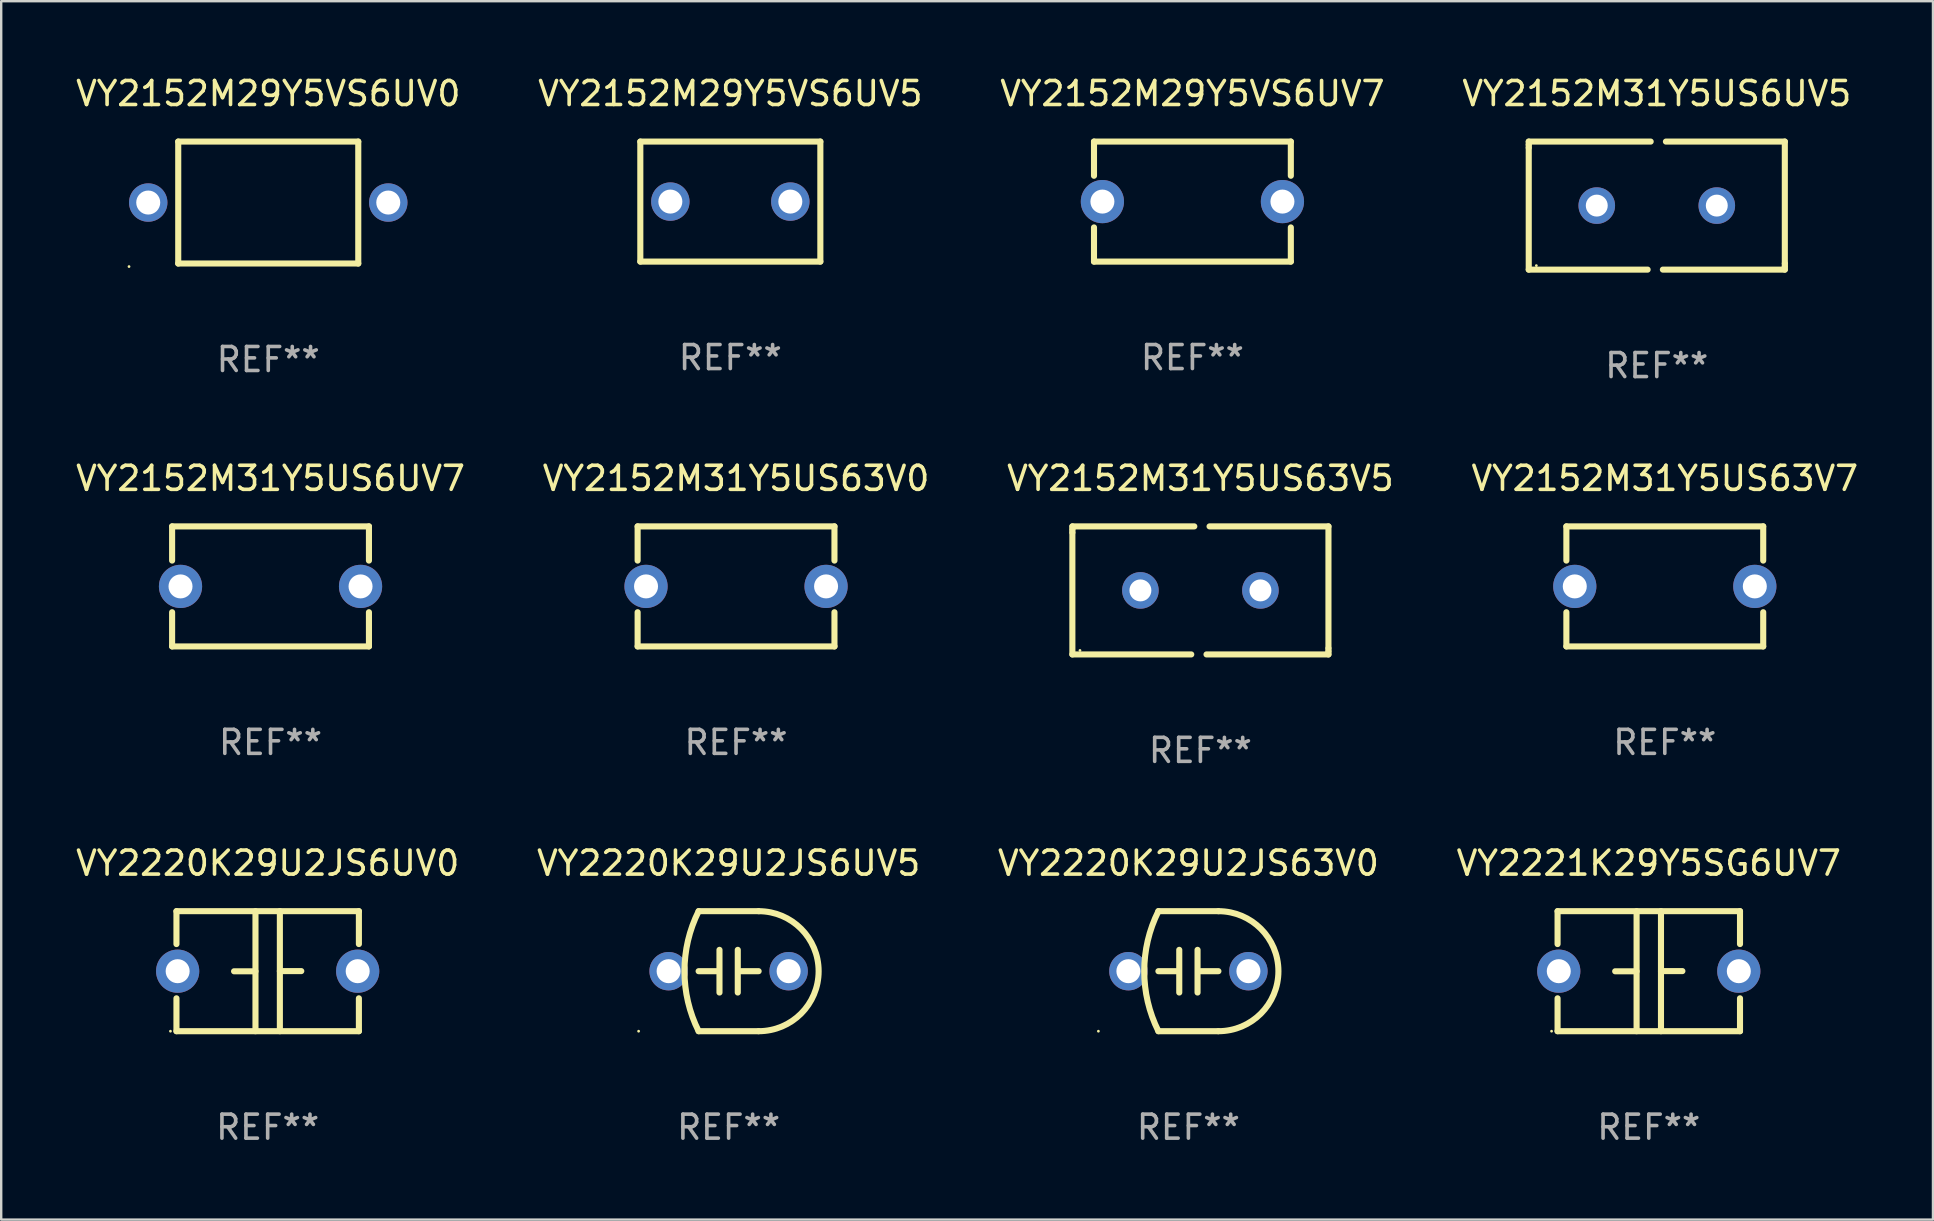
<source format=kicad_pcb>
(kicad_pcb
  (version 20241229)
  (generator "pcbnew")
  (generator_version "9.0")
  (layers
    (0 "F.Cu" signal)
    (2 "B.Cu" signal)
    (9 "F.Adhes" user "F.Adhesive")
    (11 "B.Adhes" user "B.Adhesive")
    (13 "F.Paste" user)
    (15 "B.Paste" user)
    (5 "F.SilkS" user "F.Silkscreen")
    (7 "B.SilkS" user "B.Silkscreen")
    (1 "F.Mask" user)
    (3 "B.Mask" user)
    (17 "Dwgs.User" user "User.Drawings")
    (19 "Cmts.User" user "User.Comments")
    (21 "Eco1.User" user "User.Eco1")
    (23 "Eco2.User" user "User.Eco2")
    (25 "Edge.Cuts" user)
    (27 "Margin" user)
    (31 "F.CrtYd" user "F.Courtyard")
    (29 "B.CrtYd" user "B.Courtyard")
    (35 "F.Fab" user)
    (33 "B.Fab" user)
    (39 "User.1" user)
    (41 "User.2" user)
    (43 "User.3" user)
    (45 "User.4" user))
  (footprint "VY2152M31Y5US63V0"
    (layer "F.Cu")
    (at 27.613 21.379)
    (property "Reference" "VY2152M31Y5US63V0" (at 0 -4.5 0) (layer "F.SilkS") (effects (font (size 1 1) (thickness 0.15))))
    (attr through_hole)
    (fp_line (start -4.1 -2.5) (end -4.1 -1.076) (stroke (width 0.254) (type solid)) (layer "F.SilkS"))
    (fp_line (start -4.1 -2.5) (end 4.1 -2.5) (stroke (width 0.254) (type solid)) (layer "F.SilkS"))
    (fp_line (start -4.1 1.076) (end -4.1 2.5) (stroke (width 0.254) (type solid)) (layer "F.SilkS"))
    (fp_line (start -4.1 2.5) (end 4.1 2.5) (stroke (width 0.254) (type solid)) (layer "F.SilkS"))
    (fp_line (start 4.1 -2.5) (end 4.1 -1.076) (stroke (width 0.254) (type solid)) (layer "F.SilkS"))
    (fp_line (start 4.1 1.076) (end 4.1 2.5) (stroke (width 0.254) (type solid)) (layer "F.SilkS"))
    (fp_circle (center -4.1 2.5) (end -4.07 2.5) (stroke (width 0.06) (type solid)) (fill no) (layer "F.SilkS"))
    (fp_text user "REF**" (at 0 6.5 0) (layer "F.Fab") (effects (font (size 1 1) (thickness 0.15))))
    (pad "1" thru_hole circle (at -3.75 0) (size 1.8 1.8) (drill 1) (layers "*.Cu" "*.Mask"))
    (pad "2" thru_hole circle (at 3.75 0) (size 1.8 1.8) (drill 1) (layers "*.Cu" "*.Mask")))
  (footprint "VY2220K29U2JS6UV0"
    (layer "F.Cu")
    (at 8.101 37.409)
    (property "Reference" "VY2220K29U2JS6UV0" (at 0 -4.5 0) (layer "F.SilkS") (effects (font (size 1 1) (thickness 0.15))))
    (attr through_hole)
    (fp_line (start -3.8 -2.5) (end -3.8 -1.13) (stroke (width 0.254) (type solid)) (layer "F.SilkS"))
    (fp_line (start -3.8 -2.5) (end 3.8 -2.5) (stroke (width 0.254) (type solid)) (layer "F.SilkS"))
    (fp_line (start -3.8 1.13) (end -3.8 2.5) (stroke (width 0.254) (type solid)) (layer "F.SilkS"))
    (fp_line (start -3.8 2.5) (end 3.8 2.5) (stroke (width 0.254) (type solid)) (layer "F.SilkS"))
    (fp_line (start -0.508 0.004) (end -1.4 0.004) (stroke (width 0.254) (type solid)) (layer "F.SilkS"))
    (fp_line (start -0.508 2.5) (end -0.508 -2.5) (stroke (width 0.254) (type solid)) (layer "F.SilkS"))
    (fp_line (start 0.508 -2.5) (end 0.508 2.5) (stroke (width 0.254) (type solid)) (layer "F.SilkS"))
    (fp_line (start 0.508 -0.004) (end 1.4 -0.004) (stroke (width 0.254) (type solid)) (layer "F.SilkS"))
    (fp_line (start 3.8 -2.5) (end 3.8 -1.13) (stroke (width 0.254) (type solid)) (layer "F.SilkS"))
    (fp_line (start 3.8 1.13) (end 3.8 2.5) (stroke (width 0.254) (type solid)) (layer "F.SilkS"))
    (fp_circle (center -4.05 2.5) (end -4.02 2.5) (stroke (width 0.06) (type solid)) (fill no) (layer "F.SilkS"))
    (fp_text user "REF**" (at 0 6.5 0) (layer "F.Fab") (effects (font (size 1 1) (thickness 0.15))))
    (pad "1" thru_hole circle (at -3.75 0.000127) (size 1.8 1.8) (drill 1) (layers "*.Cu" "*.Mask"))
    (pad "2" thru_hole circle (at 3.75 0.000127) (size 1.8 1.8) (drill 1) (layers "*.Cu" "*.Mask")))
  (footprint "VY2221K29Y5SG6UV7"
    (layer "F.Cu")
    (at 65.637 37.409)
    (property "Reference" "VY2221K29Y5SG6UV7" (at 0 -4.5 0) (layer "F.SilkS") (effects (font (size 1 1) (thickness 0.15))))
    (attr through_hole)
    (fp_line (start -3.8 -2.5) (end -3.8 -1.13) (stroke (width 0.254) (type solid)) (layer "F.SilkS"))
    (fp_line (start -3.8 -2.5) (end 3.8 -2.5) (stroke (width 0.254) (type solid)) (layer "F.SilkS"))
    (fp_line (start -3.8 1.13) (end -3.8 2.5) (stroke (width 0.254) (type solid)) (layer "F.SilkS"))
    (fp_line (start -3.8 2.5) (end 3.8 2.5) (stroke (width 0.254) (type solid)) (layer "F.SilkS"))
    (fp_line (start -0.508 0.004) (end -1.4 0.004) (stroke (width 0.254) (type solid)) (layer "F.SilkS"))
    (fp_line (start -0.508 2.5) (end -0.508 -2.5) (stroke (width 0.254) (type solid)) (layer "F.SilkS"))
    (fp_line (start 0.508 -2.5) (end 0.508 2.5) (stroke (width 0.254) (type solid)) (layer "F.SilkS"))
    (fp_line (start 0.508 -0.004) (end 1.4 -0.004) (stroke (width 0.254) (type solid)) (layer "F.SilkS"))
    (fp_line (start 3.8 -2.5) (end 3.8 -1.13) (stroke (width 0.254) (type solid)) (layer "F.SilkS"))
    (fp_line (start 3.8 1.13) (end 3.8 2.5) (stroke (width 0.254) (type solid)) (layer "F.SilkS"))
    (fp_circle (center -4.05 2.5) (end -4.02 2.5) (stroke (width 0.06) (type solid)) (fill no) (layer "F.SilkS"))
    (fp_text user "REF**" (at 0 6.5 0) (layer "F.Fab") (effects (font (size 1 1) (thickness 0.15))))
    (pad "1" thru_hole circle (at -3.75 0.000127) (size 1.8 1.8) (drill 1) (layers "*.Cu" "*.Mask"))
    (pad "2" thru_hole circle (at 3.75 0.000127) (size 1.8 1.8) (drill 1) (layers "*.Cu" "*.Mask")))
  (footprint "VY2152M29Y5VS6UV5"
    (layer "F.Cu")
    (at 27.375 5.348)
    (property "Reference" "VY2152M29Y5VS6UV5" (at 0 -4.5 0) (layer "F.SilkS") (effects (font (size 1 1) (thickness 0.15))))
    (attr through_hole)
    (fp_line (start -3.75 -2.5) (end -3.75 2.5) (stroke (width 0.254) (type solid)) (layer "F.SilkS"))
    (fp_line (start -3.75 -2.5) (end 3.75 -2.5) (stroke (width 0.254) (type solid)) (layer "F.SilkS"))
    (fp_line (start -3.75 2.5) (end 3.75 2.5) (stroke (width 0.254) (type solid)) (layer "F.SilkS"))
    (fp_line (start 3.75 -2.5) (end 3.75 2.5) (stroke (width 0.254) (type solid)) (layer "F.SilkS"))
    (fp_circle (center -3.75 2.5) (end -3.72 2.5) (stroke (width 0.06) (type solid)) (fill no) (layer "F.SilkS"))
    (fp_text user "REF**" (at 0 6.5 0) (layer "F.Fab") (effects (font (size 1 1) (thickness 0.15))))
    (pad "1" thru_hole circle (at -2.499 0) (size 1.6 1.6) (drill 1) (layers "*.Cu" "*.Mask"))
    (pad "2" thru_hole circle (at 2.499 0) (size 1.6 1.6) (drill 1) (layers "*.Cu" "*.Mask")))
  (footprint "VY2152M31Y5US63V7"
    (layer "F.Cu")
    (at 66.304 21.379)
    (property "Reference" "VY2152M31Y5US63V7" (at 0 -4.5 0) (layer "F.SilkS") (effects (font (size 1 1) (thickness 0.15))))
    (attr through_hole)
    (fp_line (start -4.1 -2.5) (end -4.1 -1.076) (stroke (width 0.254) (type solid)) (layer "F.SilkS"))
    (fp_line (start -4.1 -2.5) (end 4.1 -2.5) (stroke (width 0.254) (type solid)) (layer "F.SilkS"))
    (fp_line (start -4.1 1.076) (end -4.1 2.5) (stroke (width 0.254) (type solid)) (layer "F.SilkS"))
    (fp_line (start -4.1 2.5) (end 4.1 2.5) (stroke (width 0.254) (type solid)) (layer "F.SilkS"))
    (fp_line (start 4.1 -2.5) (end 4.1 -1.076) (stroke (width 0.254) (type solid)) (layer "F.SilkS"))
    (fp_line (start 4.1 1.076) (end 4.1 2.5) (stroke (width 0.254) (type solid)) (layer "F.SilkS"))
    (fp_circle (center -4.1 2.5) (end -4.07 2.5) (stroke (width 0.06) (type solid)) (fill no) (layer "F.SilkS"))
    (fp_text user "REF**" (at 0 6.5 0) (layer "F.Fab") (effects (font (size 1 1) (thickness 0.15))))
    (pad "1" thru_hole circle (at -3.75 0.000127) (size 1.8 1.8) (drill 1) (layers "*.Cu" "*.Mask"))
    (pad "2" thru_hole circle (at 3.75 0.000127) (size 1.8 1.8) (drill 1) (layers "*.Cu" "*.Mask")))
  (footprint "VY2152M29Y5VS6UV7"
    (layer "F.Cu")
    (at 46.625 5.348)
    (property "Reference" "VY2152M29Y5VS6UV7" (at 0 -4.5 0) (layer "F.SilkS") (effects (font (size 1 1) (thickness 0.15))))
    (attr through_hole)
    (fp_line (start -4.1 -2.5) (end -4.1 -1.076) (stroke (width 0.254) (type solid)) (layer "F.SilkS"))
    (fp_line (start -4.1 -2.5) (end 4.1 -2.5) (stroke (width 0.254) (type solid)) (layer "F.SilkS"))
    (fp_line (start -4.1 1.076) (end -4.1 2.5) (stroke (width 0.254) (type solid)) (layer "F.SilkS"))
    (fp_line (start -4.1 2.5) (end 4.1 2.5) (stroke (width 0.254) (type solid)) (layer "F.SilkS"))
    (fp_line (start 4.1 -2.5) (end 4.1 -1.076) (stroke (width 0.254) (type solid)) (layer "F.SilkS"))
    (fp_line (start 4.1 1.076) (end 4.1 2.5) (stroke (width 0.254) (type solid)) (layer "F.SilkS"))
    (fp_circle (center -4.1 2.5) (end -4.07 2.5) (stroke (width 0.06) (type solid)) (fill no) (layer "F.SilkS"))
    (fp_text user "REF**" (at 0 6.5 0) (layer "F.Fab") (effects (font (size 1 1) (thickness 0.15))))
    (pad "1" thru_hole circle (at -3.75 0.000127) (size 1.8 1.8) (drill 1) (layers "*.Cu" "*.Mask"))
    (pad "2" thru_hole circle (at 3.75 0.000127) (size 1.8 1.8) (drill 1) (layers "*.Cu" "*.Mask")))
  (footprint "VY2152M29Y5VS6UV0"
    (layer "F.Cu")
    (at 8.125 5.388)
    (property "Reference" "VY2152M29Y5VS6UV0" (at 0 -4.54 0) (layer "F.SilkS") (effects (font (size 1 1) (thickness 0.15))))
    (attr through_hole)
    (fp_line (start -3.75 -2.54) (end 3.75 -2.54) (stroke (width 0.254) (type solid)) (layer "F.SilkS"))
    (fp_line (start -3.75 2.54) (end -3.75 -2.54) (stroke (width 0.254) (type solid)) (layer "F.SilkS"))
    (fp_line (start 3.75 -2.54) (end 3.75 2.54) (stroke (width 0.254) (type solid)) (layer "F.SilkS"))
    (fp_line (start 3.75 2.54) (end -3.75 2.54) (stroke (width 0.254) (type solid)) (layer "F.SilkS"))
    (fp_circle (center -5.8 2.667) (end -5.77 2.667) (stroke (width 0.06) (type solid)) (fill no) (layer "F.SilkS"))
    (fp_text user "REF**" (at 0 6.54 0) (layer "F.Fab") (effects (font (size 1 1) (thickness 0.15))))
    (pad "1" thru_hole circle (at -5 0) (size 1.6 1.6) (drill 1) (layers "*.Cu" "*.Mask"))
    (pad "2" thru_hole circle (at 5 0) (size 1.6 1.6) (drill 1) (layers "*.Cu" "*.Mask")))
  (footprint "VY2152M31Y5US6UV7"
    (layer "F.Cu")
    (at 8.22 21.379)
    (property "Reference" "VY2152M31Y5US6UV7" (at 0 -4.5 0) (layer "F.SilkS") (effects (font (size 1 1) (thickness 0.15))))
    (attr through_hole)
    (fp_line (start -4.1 -2.5) (end -4.1 -1.076) (stroke (width 0.254) (type solid)) (layer "F.SilkS"))
    (fp_line (start -4.1 -2.5) (end 4.1 -2.5) (stroke (width 0.254) (type solid)) (layer "F.SilkS"))
    (fp_line (start -4.1 1.076) (end -4.1 2.5) (stroke (width 0.254) (type solid)) (layer "F.SilkS"))
    (fp_line (start -4.1 2.5) (end 4.1 2.5) (stroke (width 0.254) (type solid)) (layer "F.SilkS"))
    (fp_line (start 4.1 -2.5) (end 4.1 -1.076) (stroke (width 0.254) (type solid)) (layer "F.SilkS"))
    (fp_line (start 4.1 1.076) (end 4.1 2.5) (stroke (width 0.254) (type solid)) (layer "F.SilkS"))
    (fp_circle (center -4.1 2.5) (end -4.07 2.5) (stroke (width 0.06) (type solid)) (fill no) (layer "F.SilkS"))
    (fp_text user "REF**" (at 0 6.5 0) (layer "F.Fab") (effects (font (size 1 1) (thickness 0.15))))
    (pad "1" thru_hole circle (at -3.75 0.000127) (size 1.8 1.8) (drill 1) (layers "*.Cu" "*.Mask"))
    (pad "2" thru_hole circle (at 3.75 0.000127) (size 1.8 1.8) (drill 1) (layers "*.Cu" "*.Mask")))
  (footprint "VY2152M31Y5US63V5"
    (layer "F.Cu")
    (at 46.958 21.546)
    (property "Reference" "VY2152M31Y5US63V5" (at 0 -4.667 0) (layer "F.SilkS") (effects (font (size 1 1) (thickness 0.15))))
    (attr through_hole)
    (fp_line (start -5.334 -2.667) (end -0.254 -2.667) (stroke (width 0.254) (type solid)) (layer "F.SilkS"))
    (fp_line (start -5.334 -2.54) (end -5.334 -2.667) (stroke (width 0.254) (type solid)) (layer "F.SilkS"))
    (fp_line (start -5.334 -2.413) (end -5.334 -2.54) (stroke (width 0.254) (type solid)) (layer "F.SilkS"))
    (fp_line (start -5.334 2.667) (end -5.334 -2.413) (stroke (width 0.254) (type solid)) (layer "F.SilkS"))
    (fp_line (start -0.381 2.667) (end -5.334 2.667) (stroke (width 0.254) (type solid)) (layer "F.SilkS"))
    (fp_line (start 0.381 -2.667) (end 5.334 -2.667) (stroke (width 0.254) (type solid)) (layer "F.SilkS"))
    (fp_line (start 5.334 -2.667) (end 5.334 2.413) (stroke (width 0.254) (type solid)) (layer "F.SilkS"))
    (fp_line (start 5.334 2.413) (end 5.334 2.54) (stroke (width 0.254) (type solid)) (layer "F.SilkS"))
    (fp_line (start 5.334 2.54) (end 5.334 2.667) (stroke (width 0.254) (type solid)) (layer "F.SilkS"))
    (fp_line (start 5.334 2.667) (end 0.254 2.667) (stroke (width 0.254) (type solid)) (layer "F.SilkS"))
    (fp_circle (center -5.017 2.5) (end -4.987 2.5) (stroke (width 0.06) (type solid)) (fill no) (layer "F.SilkS"))
    (fp_text user "REF**" (at 0 6.667 0) (layer "F.Fab") (effects (font (size 1 1) (thickness 0.15))))
    (pad "1" thru_hole circle (at -2.5 0) (size 1.524 1.524) (drill 0.914) (layers "*.Cu" "*.Mask"))
    (pad "2" thru_hole circle (at 2.5 0) (size 1.524 1.524) (drill 0.914) (layers "*.Cu" "*.Mask")))
  (footprint "VY2220K29U2JS6UV5"
    (layer "F.Cu")
    (at 27.304 37.409)
    (property "Reference" "VY2220K29U2JS6UV5" (at 0 -4.5 0) (layer "F.SilkS") (effects (font (size 1 1) (thickness 0.15))))
    (attr through_hole)
    (fp_line (start -1.25 0) (end -0.508 0) (stroke (width 0.254) (type solid)) (layer "F.SilkS"))
    (fp_line (start -1.25 -2.5) (end 1.25 -2.5) (stroke (width 0.254) (type solid)) (layer "F.SilkS"))
    (fp_line (start -1.25 2.5) (end 1.25 2.5) (stroke (width 0.254) (type solid)) (layer "F.SilkS"))
    (fp_line (start -0.381 -0.889) (end -0.381 0.889) (stroke (width 0.254) (type solid)) (layer "F.SilkS"))
    (fp_line (start 0.381 -0.889) (end 0.381 0.889) (stroke (width 0.254) (type solid)) (layer "F.SilkS"))
    (fp_line (start 1.25 0) (end 0.508 0) (stroke (width 0.254) (type solid)) (layer "F.SilkS"))
    (fp_arc (start -1.249607 2.5) (mid -1.839785 0.000003) (end -1.249632 -2.5) (stroke (width 0.254001) (type solid)) (layer "F.SilkS"))
    (fp_arc (start 1.249605 -2.5) (mid 3.749606 -0.000014) (end 1.249632 2.5) (stroke (width 0.254001) (type solid)) (layer "F.SilkS"))
    (fp_circle (center -3.75 2.5) (end -3.72 2.5) (stroke (width 0.06) (type solid)) (fill no) (layer "F.SilkS"))
    (fp_text user "REF**" (at 0 6.5 0) (layer "F.Fab") (effects (font (size 1 1) (thickness 0.15))))
    (pad "1" thru_hole circle (at -2.5 0) (size 1.6 1.6) (drill 1) (layers "*.Cu" "*.Mask"))
    (pad "2" thru_hole circle (at 2.5 0) (size 1.6 1.6) (drill 1) (layers "*.Cu" "*.Mask")))
  (footprint "VY2152M31Y5US6UV5"
    (layer "F.Cu")
    (at 65.97 5.515)
    (property "Reference" "VY2152M31Y5US6UV5" (at 0 -4.667 0) (layer "F.SilkS") (effects (font (size 1 1) (thickness 0.15))))
    (attr through_hole)
    (fp_line (start -5.334 -2.667) (end -0.254 -2.667) (stroke (width 0.254) (type solid)) (layer "F.SilkS"))
    (fp_line (start -5.334 -2.54) (end -5.334 -2.667) (stroke (width 0.254) (type solid)) (layer "F.SilkS"))
    (fp_line (start -5.334 -2.413) (end -5.334 -2.54) (stroke (width 0.254) (type solid)) (layer "F.SilkS"))
    (fp_line (start -5.334 2.667) (end -5.334 -2.413) (stroke (width 0.254) (type solid)) (layer "F.SilkS"))
    (fp_line (start -0.381 2.667) (end -5.334 2.667) (stroke (width 0.254) (type solid)) (layer "F.SilkS"))
    (fp_line (start 0.381 -2.667) (end 5.334 -2.667) (stroke (width 0.254) (type solid)) (layer "F.SilkS"))
    (fp_line (start 5.334 -2.667) (end 5.334 2.413) (stroke (width 0.254) (type solid)) (layer "F.SilkS"))
    (fp_line (start 5.334 2.413) (end 5.334 2.54) (stroke (width 0.254) (type solid)) (layer "F.SilkS"))
    (fp_line (start 5.334 2.54) (end 5.334 2.667) (stroke (width 0.254) (type solid)) (layer "F.SilkS"))
    (fp_line (start 5.334 2.667) (end 0.254 2.667) (stroke (width 0.254) (type solid)) (layer "F.SilkS"))
    (fp_circle (center -5.017 2.5) (end -4.987 2.5) (stroke (width 0.06) (type solid)) (fill no) (layer "F.SilkS"))
    (fp_text user "REF**" (at 0 6.667 0) (layer "F.Fab") (effects (font (size 1 1) (thickness 0.15))))
    (pad "1" thru_hole circle (at -2.5 0) (size 1.524 1.524) (drill 0.914) (layers "*.Cu" "*.Mask"))
    (pad "2" thru_hole circle (at 2.5 0) (size 1.524 1.524) (drill 0.914) (layers "*.Cu" "*.Mask")))
  (footprint "VY2220K29U2JS63V0"
    (layer "F.Cu")
    (at 46.458 37.409)
    (property "Reference" "VY2220K29U2JS63V0" (at 0 -4.5 0) (layer "F.SilkS") (effects (font (size 1 1) (thickness 0.15))))
    (attr through_hole)
    (fp_line (start -1.25 0) (end -0.508 0) (stroke (width 0.254) (type solid)) (layer "F.SilkS"))
    (fp_line (start -1.25 -2.5) (end 1.25 -2.5) (stroke (width 0.254) (type solid)) (layer "F.SilkS"))
    (fp_line (start -1.25 2.5) (end 1.25 2.5) (stroke (width 0.254) (type solid)) (layer "F.SilkS"))
    (fp_line (start -0.381 -0.889) (end -0.381 0.889) (stroke (width 0.254) (type solid)) (layer "F.SilkS"))
    (fp_line (start 0.381 -0.889) (end 0.381 0.889) (stroke (width 0.254) (type solid)) (layer "F.SilkS"))
    (fp_line (start 1.25 0) (end 0.508 0) (stroke (width 0.254) (type solid)) (layer "F.SilkS"))
    (fp_arc (start -1.249607 2.5) (mid -1.839785 0.000003) (end -1.249632 -2.5) (stroke (width 0.254001) (type solid)) (layer "F.SilkS"))
    (fp_arc (start 1.249605 -2.5) (mid 3.749606 -0.000014) (end 1.249632 2.5) (stroke (width 0.254001) (type solid)) (layer "F.SilkS"))
    (fp_circle (center -3.75 2.5) (end -3.72 2.5) (stroke (width 0.06) (type solid)) (fill no) (layer "F.SilkS"))
    (fp_text user "REF**" (at 0 6.5 0) (layer "F.Fab") (effects (font (size 1 1) (thickness 0.15))))
    (pad "1" thru_hole circle (at -2.5 0) (size 1.6 1.6) (drill 1) (layers "*.Cu" "*.Mask"))
    (pad "2" thru_hole circle (at 2.5 0) (size 1.6 1.6) (drill 1) (layers "*.Cu" "*.Mask")))
  (gr_rect
    (start -3 -3)
    (end 77.476 47.758)
    (stroke (width 0.1) (type default))
    (fill no)
    (layer "Edge.Cuts")))
</source>
